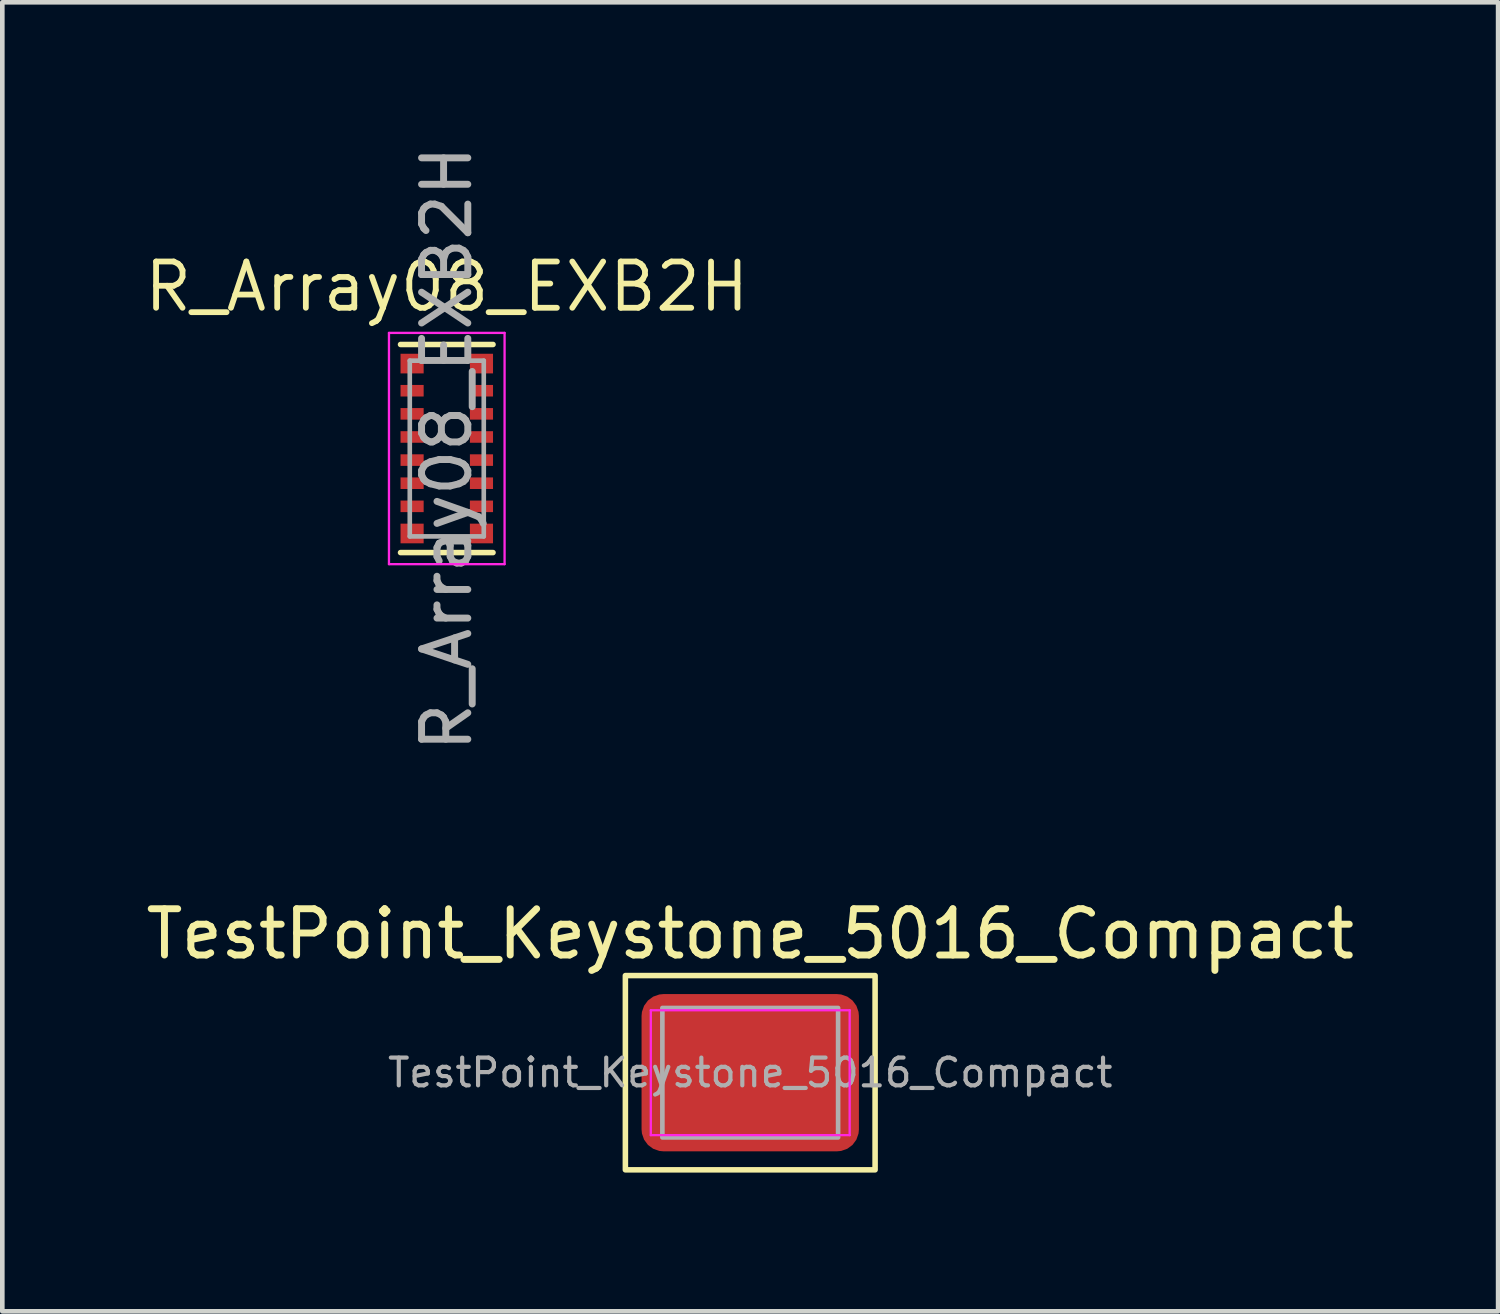
<source format=kicad_pcb>
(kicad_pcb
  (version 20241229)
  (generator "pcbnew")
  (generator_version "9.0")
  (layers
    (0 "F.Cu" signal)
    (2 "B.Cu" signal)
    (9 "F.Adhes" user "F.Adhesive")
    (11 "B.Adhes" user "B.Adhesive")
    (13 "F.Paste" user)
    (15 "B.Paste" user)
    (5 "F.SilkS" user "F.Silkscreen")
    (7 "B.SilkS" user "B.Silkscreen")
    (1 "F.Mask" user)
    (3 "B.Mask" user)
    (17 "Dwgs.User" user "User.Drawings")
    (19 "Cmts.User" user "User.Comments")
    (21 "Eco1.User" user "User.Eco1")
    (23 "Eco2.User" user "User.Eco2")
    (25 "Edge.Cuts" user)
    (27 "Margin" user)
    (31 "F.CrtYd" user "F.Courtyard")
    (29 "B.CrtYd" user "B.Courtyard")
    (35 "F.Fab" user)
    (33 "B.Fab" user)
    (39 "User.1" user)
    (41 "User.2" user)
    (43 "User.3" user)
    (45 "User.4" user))
  (footprint "R_Array08_EXB2H"
    (layer "F.Cu")
    (at 6.611 6.649)
    (property "Reference" "R_Array08_EXB2H" (at 0 -3.5 0) (layer "F.SilkS") (effects (font (size 1 1) (thickness 0.125))))
    (attr smd)
    (fp_line (start 1 -2.25) (end -1 -2.25) (stroke (width 0.12) (type solid)) (layer "F.SilkS"))
    (fp_line (start 1 2.25) (end -1 2.25) (stroke (width 0.12) (type solid)) (layer "F.SilkS"))
    (fp_line (start -1.25 -2.5) (end -1.25 2.5) (stroke (width 0.05) (type solid)) (layer "F.CrtYd"))
    (fp_line (start -1.25 -2.5) (end 1.25 -2.5) (stroke (width 0.05) (type solid)) (layer "F.CrtYd"))
    (fp_line (start 1.25 2.5) (end -1.25 2.5) (stroke (width 0.05) (type solid)) (layer "F.CrtYd"))
    (fp_line (start 1.25 2.5) (end 1.25 -2.5) (stroke (width 0.05) (type solid)) (layer "F.CrtYd"))
    (fp_line (start -0.8 -1.9) (end 0.8 -1.9) (stroke (width 0.1) (type solid)) (layer "F.Fab"))
    (fp_line (start -0.8 1.9) (end -0.8 -1.9) (stroke (width 0.1) (type solid)) (layer "F.Fab"))
    (fp_line (start 0.8 -1.9) (end 0.8 1.9) (stroke (width 0.1) (type solid)) (layer "F.Fab"))
    (fp_line (start 0.8 1.9) (end -0.8 1.9) (stroke (width 0.1) (type solid)) (layer "F.Fab"))
    (fp_text user "${REFERENCE}" (at 0 0 90) (layer "F.Fab") (effects (font (size 1 1) (thickness 0.15))))
    (pad "1" smd rect (at -0.75 -1.837) (size 0.5 0.425) (layers "F.Cu" "F.Mask" "F.Paste"))
    (pad "2" smd rect (at -0.75 -1.25) (size 0.5 0.25) (layers "F.Cu" "F.Mask" "F.Paste"))
    (pad "3" smd rect (at -0.75 -0.75) (size 0.5 0.25) (layers "F.Cu" "F.Mask" "F.Paste"))
    (pad "4" smd rect (at -0.75 -0.25) (size 0.5 0.25) (layers "F.Cu" "F.Mask" "F.Paste"))
    (pad "5" smd rect (at -0.75 0.25) (size 0.5 0.25) (layers "F.Cu" "F.Mask" "F.Paste"))
    (pad "6" smd rect (at -0.75 0.75) (size 0.5 0.25) (layers "F.Cu" "F.Mask" "F.Paste"))
    (pad "7" smd rect (at -0.75 1.25) (size 0.5 0.25) (layers "F.Cu" "F.Mask" "F.Paste"))
    (pad "8" smd rect (at -0.75 1.837) (size 0.5 0.425) (layers "F.Cu" "F.Mask" "F.Paste"))
    (pad "9" smd rect (at 0.75 1.837) (size 0.5 0.425) (layers "F.Cu" "F.Mask" "F.Paste"))
    (pad "10" smd rect (at 0.75 1.25) (size 0.5 0.25) (layers "F.Cu" "F.Mask" "F.Paste"))
    (pad "11" smd rect (at 0.75 0.75) (size 0.5 0.25) (layers "F.Cu" "F.Mask" "F.Paste"))
    (pad "12" smd rect (at 0.75 0.25) (size 0.5 0.25) (layers "F.Cu" "F.Mask" "F.Paste"))
    (pad "13" smd rect (at 0.75 -0.25) (size 0.5 0.25) (layers "F.Cu" "F.Mask" "F.Paste"))
    (pad "14" smd rect (at 0.75 -0.75) (size 0.5 0.25) (layers "F.Cu" "F.Mask" "F.Paste"))
    (pad "15" smd rect (at 0.75 -1.25) (size 0.5 0.25) (layers "F.Cu" "F.Mask" "F.Paste"))
    (pad "16" smd rect (at 0.75 -1.837) (size 0.5 0.425) (layers "F.Cu" "F.Mask" "F.Paste")))
  (footprint "TestPoint_Keystone_5016_Compact"
    (layer "F.Cu")
    (at 13.173 20.146)
    (property "Reference" "TestPoint_Keystone_5016_Compact" (at 0 -3 0) (layer "F.SilkS") (effects (font (size 1 1) (thickness 0.15))))
    (attr smd)
    (fp_rect (start -2.7 -2.1) (end 2.7 2.1) (stroke (width 0.12) (type solid)) (fill no) (layer "F.SilkS"))
    (fp_line (start -2.15 -1.35) (end 2.15 -1.35) (stroke (width 0.05) (type solid)) (layer "F.CrtYd"))
    (fp_line (start -2.15 1.35) (end -2.15 -1.35) (stroke (width 0.05) (type solid)) (layer "F.CrtYd"))
    (fp_line (start 2.15 -1.35) (end 2.15 1.35) (stroke (width 0.05) (type solid)) (layer "F.CrtYd"))
    (fp_line (start 2.15 1.35) (end -2.15 1.35) (stroke (width 0.05) (type solid)) (layer "F.CrtYd"))
    (fp_rect (start -1.9 -1.4) (end 1.9 1.4) (stroke (width 0.1) (type solid)) (fill no) (layer "F.Fab"))
    (fp_text user "${REFERENCE}" (at 0 0 0) (layer "F.Fab") (effects (font (size 0.6 0.6) (thickness 0.09))))
    (pad "1" smd roundrect (at 0 0) (size 4.7 3.4) (layers "F.Cu" "F.Mask" "F.Paste") (roundrect_rratio 0.139)))
  (gr_rect
    (start -3 -3)
    (end 29.345 25.306)
    (stroke (width 0.1) (type default))
    (fill no)
    (layer "Edge.Cuts")))
</source>
